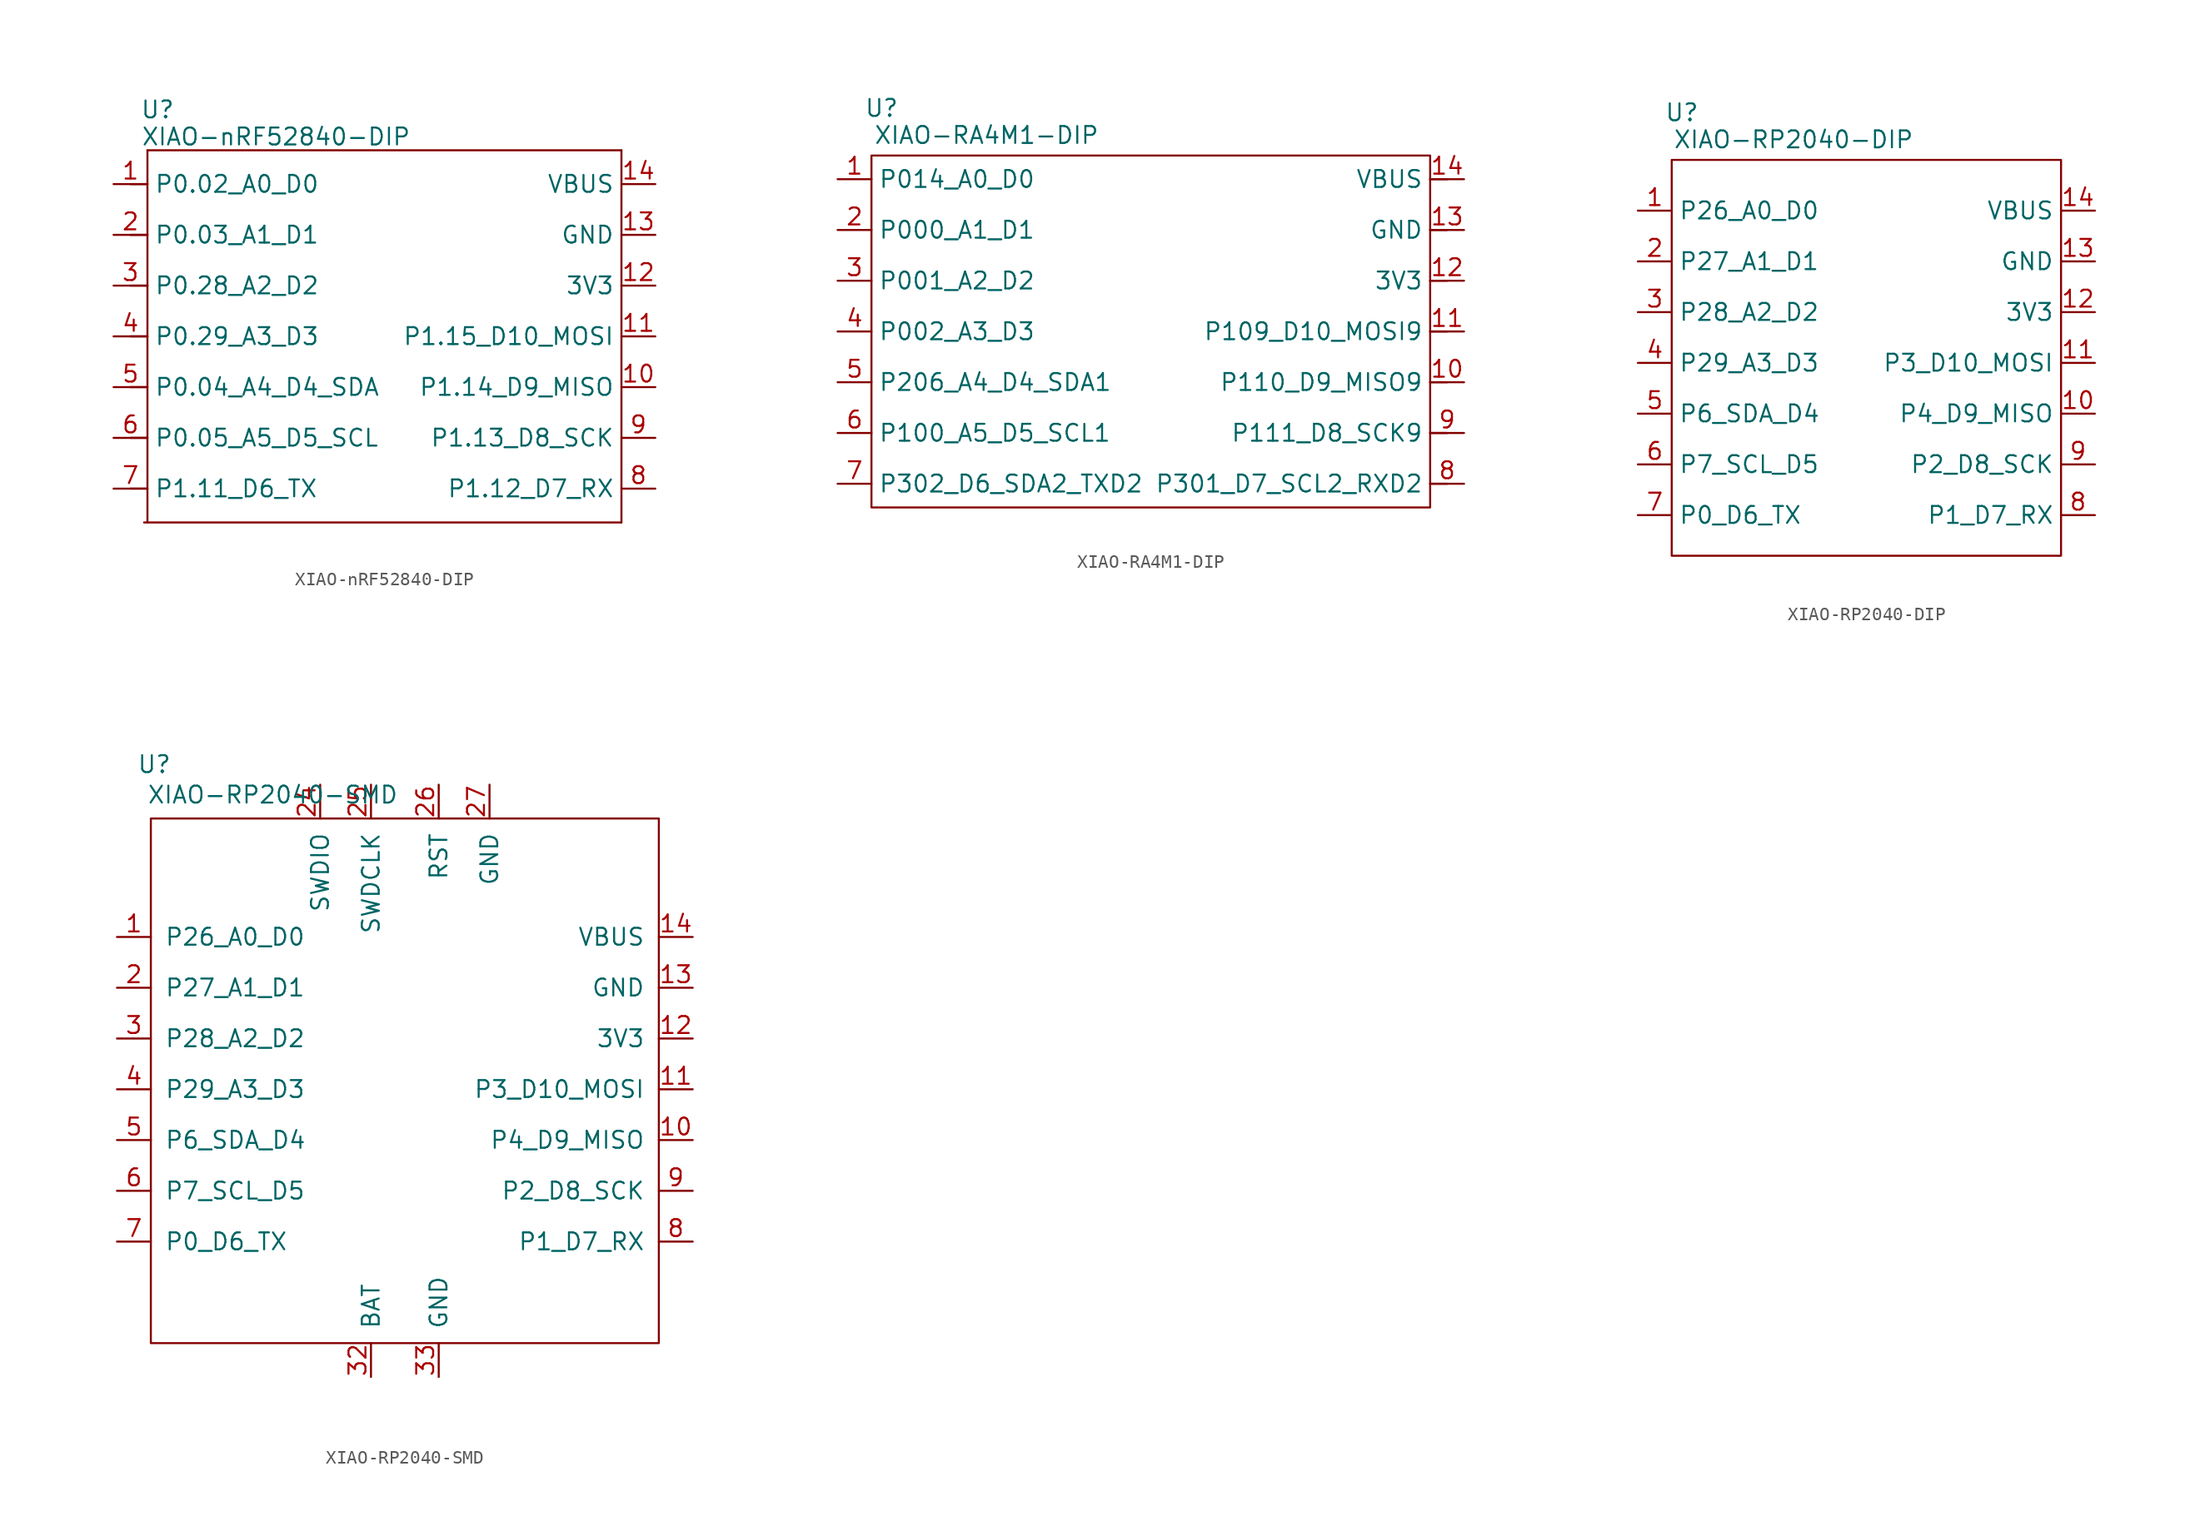
<source format=kicad_sym>
(kicad_symbol_lib
  (version 20241209)
  (generator "kicad_symbol_editor")
  (generator_version "9.0")
  (symbol "XIAO-nRF52840-DIP"
    (property "Reference" "U"
      (at -3.048 1.778 0)
      (effects (font (size 1.27 1.27))))
    (property "Value" "XIAO-nRF52840-DIP"
      (at 5.842 -0.254 0)
      (effects (font (size 1.27 1.27))))
    (symbol "XIAO-nRF52840-DIP_0_1"
      (polyline (pts (xy 31.75 -1.27) (xy 31.75 -29.21)) (stroke (width 0) (type default)) (fill (type none))))
    (symbol "XIAO-nRF52840-DIP_1_0"
      (polyline (pts (xy -3.81 -1.27) (xy 31.75 -1.27)) (stroke (width 0.152) (type solid)) (fill (type none)))
      (polyline (pts (xy -3.81 -3.81) (xy -5.08 -3.81)) (stroke (width 0.152) (type solid)) (fill (type none)))
      (polyline (pts (xy -3.81 -3.81) (xy -3.81 -1.27)) (stroke (width 0.152) (type solid)) (fill (type none)))
      (polyline (pts (xy -3.81 -7.62) (xy -5.08 -7.62)) (stroke (width 0.152) (type solid)) (fill (type none)))
      (polyline (pts (xy -3.81 -7.62) (xy -3.81 -3.81)) (stroke (width 0.152) (type solid)) (fill (type none)))
      (polyline (pts (xy -3.81 -11.43) (xy -5.08 -11.43)) (stroke (width 0.152) (type solid)) (fill (type none)))
      (polyline (pts (xy -3.81 -11.43) (xy -3.81 -7.62)) (stroke (width 0.152) (type solid)) (fill (type none)))
      (polyline (pts (xy -3.81 -15.24) (xy -5.08 -15.24)) (stroke (width 0.152) (type solid)) (fill (type none)))
      (polyline (pts (xy -3.81 -15.24) (xy -3.81 -11.43)) (stroke (width 0.152) (type solid)) (fill (type none)))
      (polyline (pts (xy -3.81 -19.05) (xy -5.08 -19.05)) (stroke (width 0.152) (type solid)) (fill (type none)))
      (polyline (pts (xy -3.81 -22.86) (xy -5.08 -22.86)) (stroke (width 0.152) (type solid)) (fill (type none)))
      (polyline (pts (xy -3.81 -26.67) (xy -5.08 -26.67)) (stroke (width 0.152) (type solid)) (fill (type none)))
      (polyline (pts (xy -3.81 -29.21) (xy -3.81 -15.24)) (stroke (width 0.152) (type solid)) (fill (type none)))
      (polyline (pts (xy 31.75 -29.21) (xy -4.064 -29.21)) (stroke (width 0.152) (type solid)) (fill (type none)))
      (pin passive line (at -6.35 -3.81 0) (length 2.54) (name "P0.02_A0_D0" (effects (font (size 1.27 1.27)))) (number "1" (effects (font (size 1.27 1.27)))))
      (pin passive line (at -6.35 -7.62 0) (length 2.54) (name "P0.03_A1_D1" (effects (font (size 1.27 1.27)))) (number "2" (effects (font (size 1.27 1.27)))))
      (pin passive line (at -6.35 -11.43 0) (length 2.54) (name "P0.28_A2_D2" (effects (font (size 1.27 1.27)))) (number "3" (effects (font (size 1.27 1.27)))))
      (pin passive line (at -6.35 -15.24 0) (length 2.54) (name "P0.29_A3_D3" (effects (font (size 1.27 1.27)))) (number "4" (effects (font (size 1.27 1.27)))))
      (pin passive line (at -6.35 -19.05 0) (length 2.54) (name "P0.04_A4_D4_SDA" (effects (font (size 1.27 1.27)))) (number "5" (effects (font (size 1.27 1.27)))))
      (pin passive line (at -6.35 -22.86 0) (length 2.54) (name "P0.05_A5_D5_SCL" (effects (font (size 1.27 1.27)))) (number "6" (effects (font (size 1.27 1.27)))))
      (pin passive line (at -6.35 -26.67 0) (length 2.54) (name "P1.11_D6_TX" (effects (font (size 1.27 1.27)))) (number "7" (effects (font (size 1.27 1.27)))))
      (pin passive line (at 34.29 -3.81 180) (length 2.54) (name "VBUS" (effects (font (size 1.27 1.27)))) (number "14" (effects (font (size 1.27 1.27)))))
      (pin passive line (at 34.29 -7.62 180) (length 2.54) (name "GND" (effects (font (size 1.27 1.27)))) (number "13" (effects (font (size 1.27 1.27)))))
      (pin passive line (at 34.29 -11.43 180) (length 2.54) (name "3V3" (effects (font (size 1.27 1.27)))) (number "12" (effects (font (size 1.27 1.27)))))
      (pin passive line (at 34.29 -15.24 180) (length 2.54) (name "P1.15_D10_MOSI" (effects (font (size 1.27 1.27)))) (number "11" (effects (font (size 1.27 1.27)))))
      (pin passive line (at 34.29 -19.05 180) (length 2.54) (name "P1.14_D9_MISO" (effects (font (size 1.27 1.27)))) (number "10" (effects (font (size 1.27 1.27)))))
      (pin passive line (at 34.29 -22.86 180) (length 2.54) (name "P1.13_D8_SCK" (effects (font (size 1.27 1.27)))) (number "9" (effects (font (size 1.27 1.27)))))
      (pin passive line (at 34.29 -26.67 180) (length 2.54) (name "P1.12_D7_RX" (effects (font (size 1.27 1.27)))) (number "8" (effects (font (size 1.27 1.27)))))))
  (symbol "XIAO-RA4M1-DIP"
    (property "Reference" "U"
      (at 0.762 0.254 0)
      (effects (font (size 1.27 1.27))))
    (property "Value" "XIAO-RA4M1-DIP"
      (at 8.636 -1.778 0)
      (effects (font (size 1.27 1.27))))
    (symbol "XIAO-RA4M1-DIP_0_1"
      (rectangle (start 0 -3.302) (end 41.91 -29.718) (stroke (width 0) (type default)) (fill (type none))))
    (symbol "XIAO-RA4M1-DIP_1_0"
      (polyline (pts (xy 43.18 -5.08) (xy 41.91 -5.08)) (stroke (width 0.152) (type solid)) (fill (type none)))
      (polyline (pts (xy 43.18 -8.89) (xy 41.91 -8.89)) (stroke (width 0.152) (type solid)) (fill (type none)))
      (polyline (pts (xy 43.18 -12.7) (xy 41.91 -12.7)) (stroke (width 0.152) (type solid)) (fill (type none)))
      (polyline (pts (xy 43.18 -16.51) (xy 41.91 -16.51)) (stroke (width 0.152) (type solid)) (fill (type none)))
      (polyline (pts (xy 43.18 -20.32) (xy 41.91 -20.32)) (stroke (width 0.152) (type solid)) (fill (type none)))
      (polyline (pts (xy 43.18 -24.13) (xy 41.91 -24.13)) (stroke (width 0.152) (type solid)) (fill (type none)))
      (polyline (pts (xy 43.18 -27.94) (xy 41.91 -27.94)) (stroke (width 0.152) (type solid)) (fill (type none)))
      (pin passive line (at -2.54 -5.08 0) (length 2.54) (name "P014_A0_D0" (effects (font (size 1.27 1.27)))) (number "1" (effects (font (size 1.27 1.27)))))
      (pin passive line (at -2.54 -8.89 0) (length 2.54) (name "P000_A1_D1" (effects (font (size 1.27 1.27)))) (number "2" (effects (font (size 1.27 1.27)))))
      (pin passive line (at -2.54 -12.7 0) (length 2.54) (name "P001_A2_D2" (effects (font (size 1.27 1.27)))) (number "3" (effects (font (size 1.27 1.27)))))
      (pin passive line (at -2.54 -16.51 0) (length 2.54) (name "P002_A3_D3" (effects (font (size 1.27 1.27)))) (number "4" (effects (font (size 1.27 1.27)))))
      (pin passive line (at -2.54 -20.32 0) (length 2.54) (name "P206_A4_D4_SDA1" (effects (font (size 1.27 1.27)))) (number "5" (effects (font (size 1.27 1.27)))))
      (pin passive line (at -2.54 -24.13 0) (length 2.54) (name "P100_A5_D5_SCL1" (effects (font (size 1.27 1.27)))) (number "6" (effects (font (size 1.27 1.27)))))
      (pin passive line (at -2.54 -27.94 0) (length 2.54) (name "P302_D6_SDA2_TXD2" (effects (font (size 1.27 1.27)))) (number "7" (effects (font (size 1.27 1.27)))))
      (pin passive line (at 44.45 -5.08 180) (length 2.54) (name "VBUS" (effects (font (size 1.27 1.27)))) (number "14" (effects (font (size 1.27 1.27)))))
      (pin passive line (at 44.45 -8.89 180) (length 2.54) (name "GND" (effects (font (size 1.27 1.27)))) (number "13" (effects (font (size 1.27 1.27)))))
      (pin passive line (at 44.45 -12.7 180) (length 2.54) (name "3V3" (effects (font (size 1.27 1.27)))) (number "12" (effects (font (size 1.27 1.27)))))
      (pin passive line (at 44.45 -16.51 180) (length 2.54) (name "P109_D10_MOSI9" (effects (font (size 1.27 1.27)))) (number "11" (effects (font (size 1.27 1.27)))))
      (pin passive line (at 44.45 -20.32 180) (length 2.54) (name "P110_D9_MISO9" (effects (font (size 1.27 1.27)))) (number "10" (effects (font (size 1.27 1.27)))))
      (pin passive line (at 44.45 -24.13 180) (length 2.54) (name "P111_D8_SCK9" (effects (font (size 1.27 1.27)))) (number "9" (effects (font (size 1.27 1.27)))))
      (pin passive line (at 44.45 -27.94 180) (length 2.54) (name "P301_D7_SCL2_RXD2" (effects (font (size 1.27 1.27)))) (number "8" (effects (font (size 1.27 1.27)))))))
  (symbol "XIAO-RP2040-DIP"
    (property "Reference" "U"
      (at -11.938 -1.524 0)
      (effects (font (size 1.27 1.27))))
    (property "Value" "XIAO-RP2040-DIP"
      (at -3.556 -3.556 0)
      (effects (font (size 1.27 1.27))))
    (symbol "XIAO-RP2040-DIP_0_1"
      (rectangle (start -12.7 -5.08) (end 16.51 -34.798) (stroke (width 0) (type default)) (fill (type none))))
    (symbol "XIAO-RP2040-DIP_1_1"
      (pin passive line (at -15.24 -8.89 0) (length 2.54) (name "P26_A0_D0" (effects (font (size 1.27 1.27)))) (number "1" (effects (font (size 1.27 1.27)))))
      (pin passive line (at -15.24 -12.7 0) (length 2.54) (name "P27_A1_D1" (effects (font (size 1.27 1.27)))) (number "2" (effects (font (size 1.27 1.27)))))
      (pin passive line (at -15.24 -16.51 0) (length 2.54) (name "P28_A2_D2" (effects (font (size 1.27 1.27)))) (number "3" (effects (font (size 1.27 1.27)))))
      (pin passive line (at -15.24 -20.32 0) (length 2.54) (name "P29_A3_D3" (effects (font (size 1.27 1.27)))) (number "4" (effects (font (size 1.27 1.27)))))
      (pin passive line (at -15.24 -24.13 0) (length 2.54) (name "P6_SDA_D4" (effects (font (size 1.27 1.27)))) (number "5" (effects (font (size 1.27 1.27)))))
      (pin passive line (at -15.24 -27.94 0) (length 2.54) (name "P7_SCL_D5" (effects (font (size 1.27 1.27)))) (number "6" (effects (font (size 1.27 1.27)))))
      (pin passive line (at -15.24 -31.75 0) (length 2.54) (name "P0_D6_TX" (effects (font (size 1.27 1.27)))) (number "7" (effects (font (size 1.27 1.27)))))
      (pin passive line (at 19.05 -8.89 180) (length 2.54) (name "VBUS" (effects (font (size 1.27 1.27)))) (number "14" (effects (font (size 1.27 1.27)))))
      (pin passive line (at 19.05 -12.7 180) (length 2.54) (name "GND" (effects (font (size 1.27 1.27)))) (number "13" (effects (font (size 1.27 1.27)))))
      (pin passive line (at 19.05 -16.51 180) (length 2.54) (name "3V3" (effects (font (size 1.27 1.27)))) (number "12" (effects (font (size 1.27 1.27)))))
      (pin passive line (at 19.05 -20.32 180) (length 2.54) (name "P3_D10_MOSI" (effects (font (size 1.27 1.27)))) (number "11" (effects (font (size 1.27 1.27)))))
      (pin passive line (at 19.05 -24.13 180) (length 2.54) (name "P4_D9_MISO" (effects (font (size 1.27 1.27)))) (number "10" (effects (font (size 1.27 1.27)))))
      (pin passive line (at 19.05 -27.94 180) (length 2.54) (name "P2_D8_SCK" (effects (font (size 1.27 1.27)))) (number "9" (effects (font (size 1.27 1.27)))))
      (pin passive line (at 19.05 -31.75 180) (length 2.54) (name "P1_D7_RX" (effects (font (size 1.27 1.27)))) (number "8" (effects (font (size 1.27 1.27)))))))
  (symbol "XIAO-RP2040-SMD"
    (pin_names
      (offset 1.016))
    (property "Reference" "U"
      (at -18.796 24.384 0)
      (effects (font (size 1.27 1.27))))
    (property "Value" "XIAO-RP2040-SMD"
      (at -9.906 22.098 0)
      (effects (font (size 1.27 1.27))))
    (symbol "XIAO-RP2040-SMD_0_1"
      (rectangle (start 19.05 -19.05) (end -19.05 20.32) (stroke (width 0) (type default)) (fill (type none))))
    (symbol "XIAO-RP2040-SMD_1_1"
      (pin passive line (at -21.59 11.43 0) (length 2.54) (name "P26_A0_D0" (effects (font (size 1.27 1.27)))) (number "1" (effects (font (size 1.27 1.27)))))
      (pin passive line (at -21.59 7.62 0) (length 2.54) (name "P27_A1_D1" (effects (font (size 1.27 1.27)))) (number "2" (effects (font (size 1.27 1.27)))))
      (pin passive line (at -21.59 3.81 0) (length 2.54) (name "P28_A2_D2" (effects (font (size 1.27 1.27)))) (number "3" (effects (font (size 1.27 1.27)))))
      (pin passive line (at -21.59 0 0) (length 2.54) (name "P29_A3_D3" (effects (font (size 1.27 1.27)))) (number "4" (effects (font (size 1.27 1.27)))))
      (pin passive line (at -21.59 -3.81 0) (length 2.54) (name "P6_SDA_D4" (effects (font (size 1.27 1.27)))) (number "5" (effects (font (size 1.27 1.27)))))
      (pin passive line (at -21.59 -7.62 0) (length 2.54) (name "P7_SCL_D5" (effects (font (size 1.27 1.27)))) (number "6" (effects (font (size 1.27 1.27)))))
      (pin passive line (at -21.59 -11.43 0) (length 2.54) (name "P0_D6_TX" (effects (font (size 1.27 1.27)))) (number "7" (effects (font (size 1.27 1.27)))))
      (pin passive line (at -6.35 22.86 270) (length 2.54) (name "SWDIO" (effects (font (size 1.27 1.27)))) (number "24" (effects (font (size 1.27 1.27)))))
      (pin passive line (at -2.54 22.86 270) (length 2.54) (name "SWDCLK" (effects (font (size 1.27 1.27)))) (number "25" (effects (font (size 1.27 1.27)))))
      (pin passive line (at -2.54 -21.59 90) (length 2.54) (name "BAT" (effects (font (size 1.27 1.27)))) (number "32" (effects (font (size 1.27 1.27)))))
      (pin passive line (at 2.54 22.86 270) (length 2.54) (name "RST" (effects (font (size 1.27 1.27)))) (number "26" (effects (font (size 1.27 1.27)))))
      (pin passive line (at 2.54 -21.59 90) (length 2.54) (name "GND" (effects (font (size 1.27 1.27)))) (number "33" (effects (font (size 1.27 1.27)))))
      (pin passive line (at 6.35 22.86 270) (length 2.54) (name "GND" (effects (font (size 1.27 1.27)))) (number "27" (effects (font (size 1.27 1.27)))))
      (pin passive line (at 21.59 11.43 180) (length 2.54) (name "VBUS" (effects (font (size 1.27 1.27)))) (number "14" (effects (font (size 1.27 1.27)))))
      (pin passive line (at 21.59 7.62 180) (length 2.54) (name "GND" (effects (font (size 1.27 1.27)))) (number "13" (effects (font (size 1.27 1.27)))))
      (pin passive line (at 21.59 3.81 180) (length 2.54) (name "3V3" (effects (font (size 1.27 1.27)))) (number "12" (effects (font (size 1.27 1.27)))))
      (pin passive line (at 21.59 0 180) (length 2.54) (name "P3_D10_MOSI" (effects (font (size 1.27 1.27)))) (number "11" (effects (font (size 1.27 1.27)))))
      (pin passive line (at 21.59 -3.81 180) (length 2.54) (name "P4_D9_MISO" (effects (font (size 1.27 1.27)))) (number "10" (effects (font (size 1.27 1.27)))))
      (pin passive line (at 21.59 -7.62 180) (length 2.54) (name "P2_D8_SCK" (effects (font (size 1.27 1.27)))) (number "9" (effects (font (size 1.27 1.27)))))
      (pin passive line (at 21.59 -11.43 180) (length 2.54) (name "P1_D7_RX" (effects (font (size 1.27 1.27)))) (number "8" (effects (font (size 1.27 1.27))))))))
</source>
